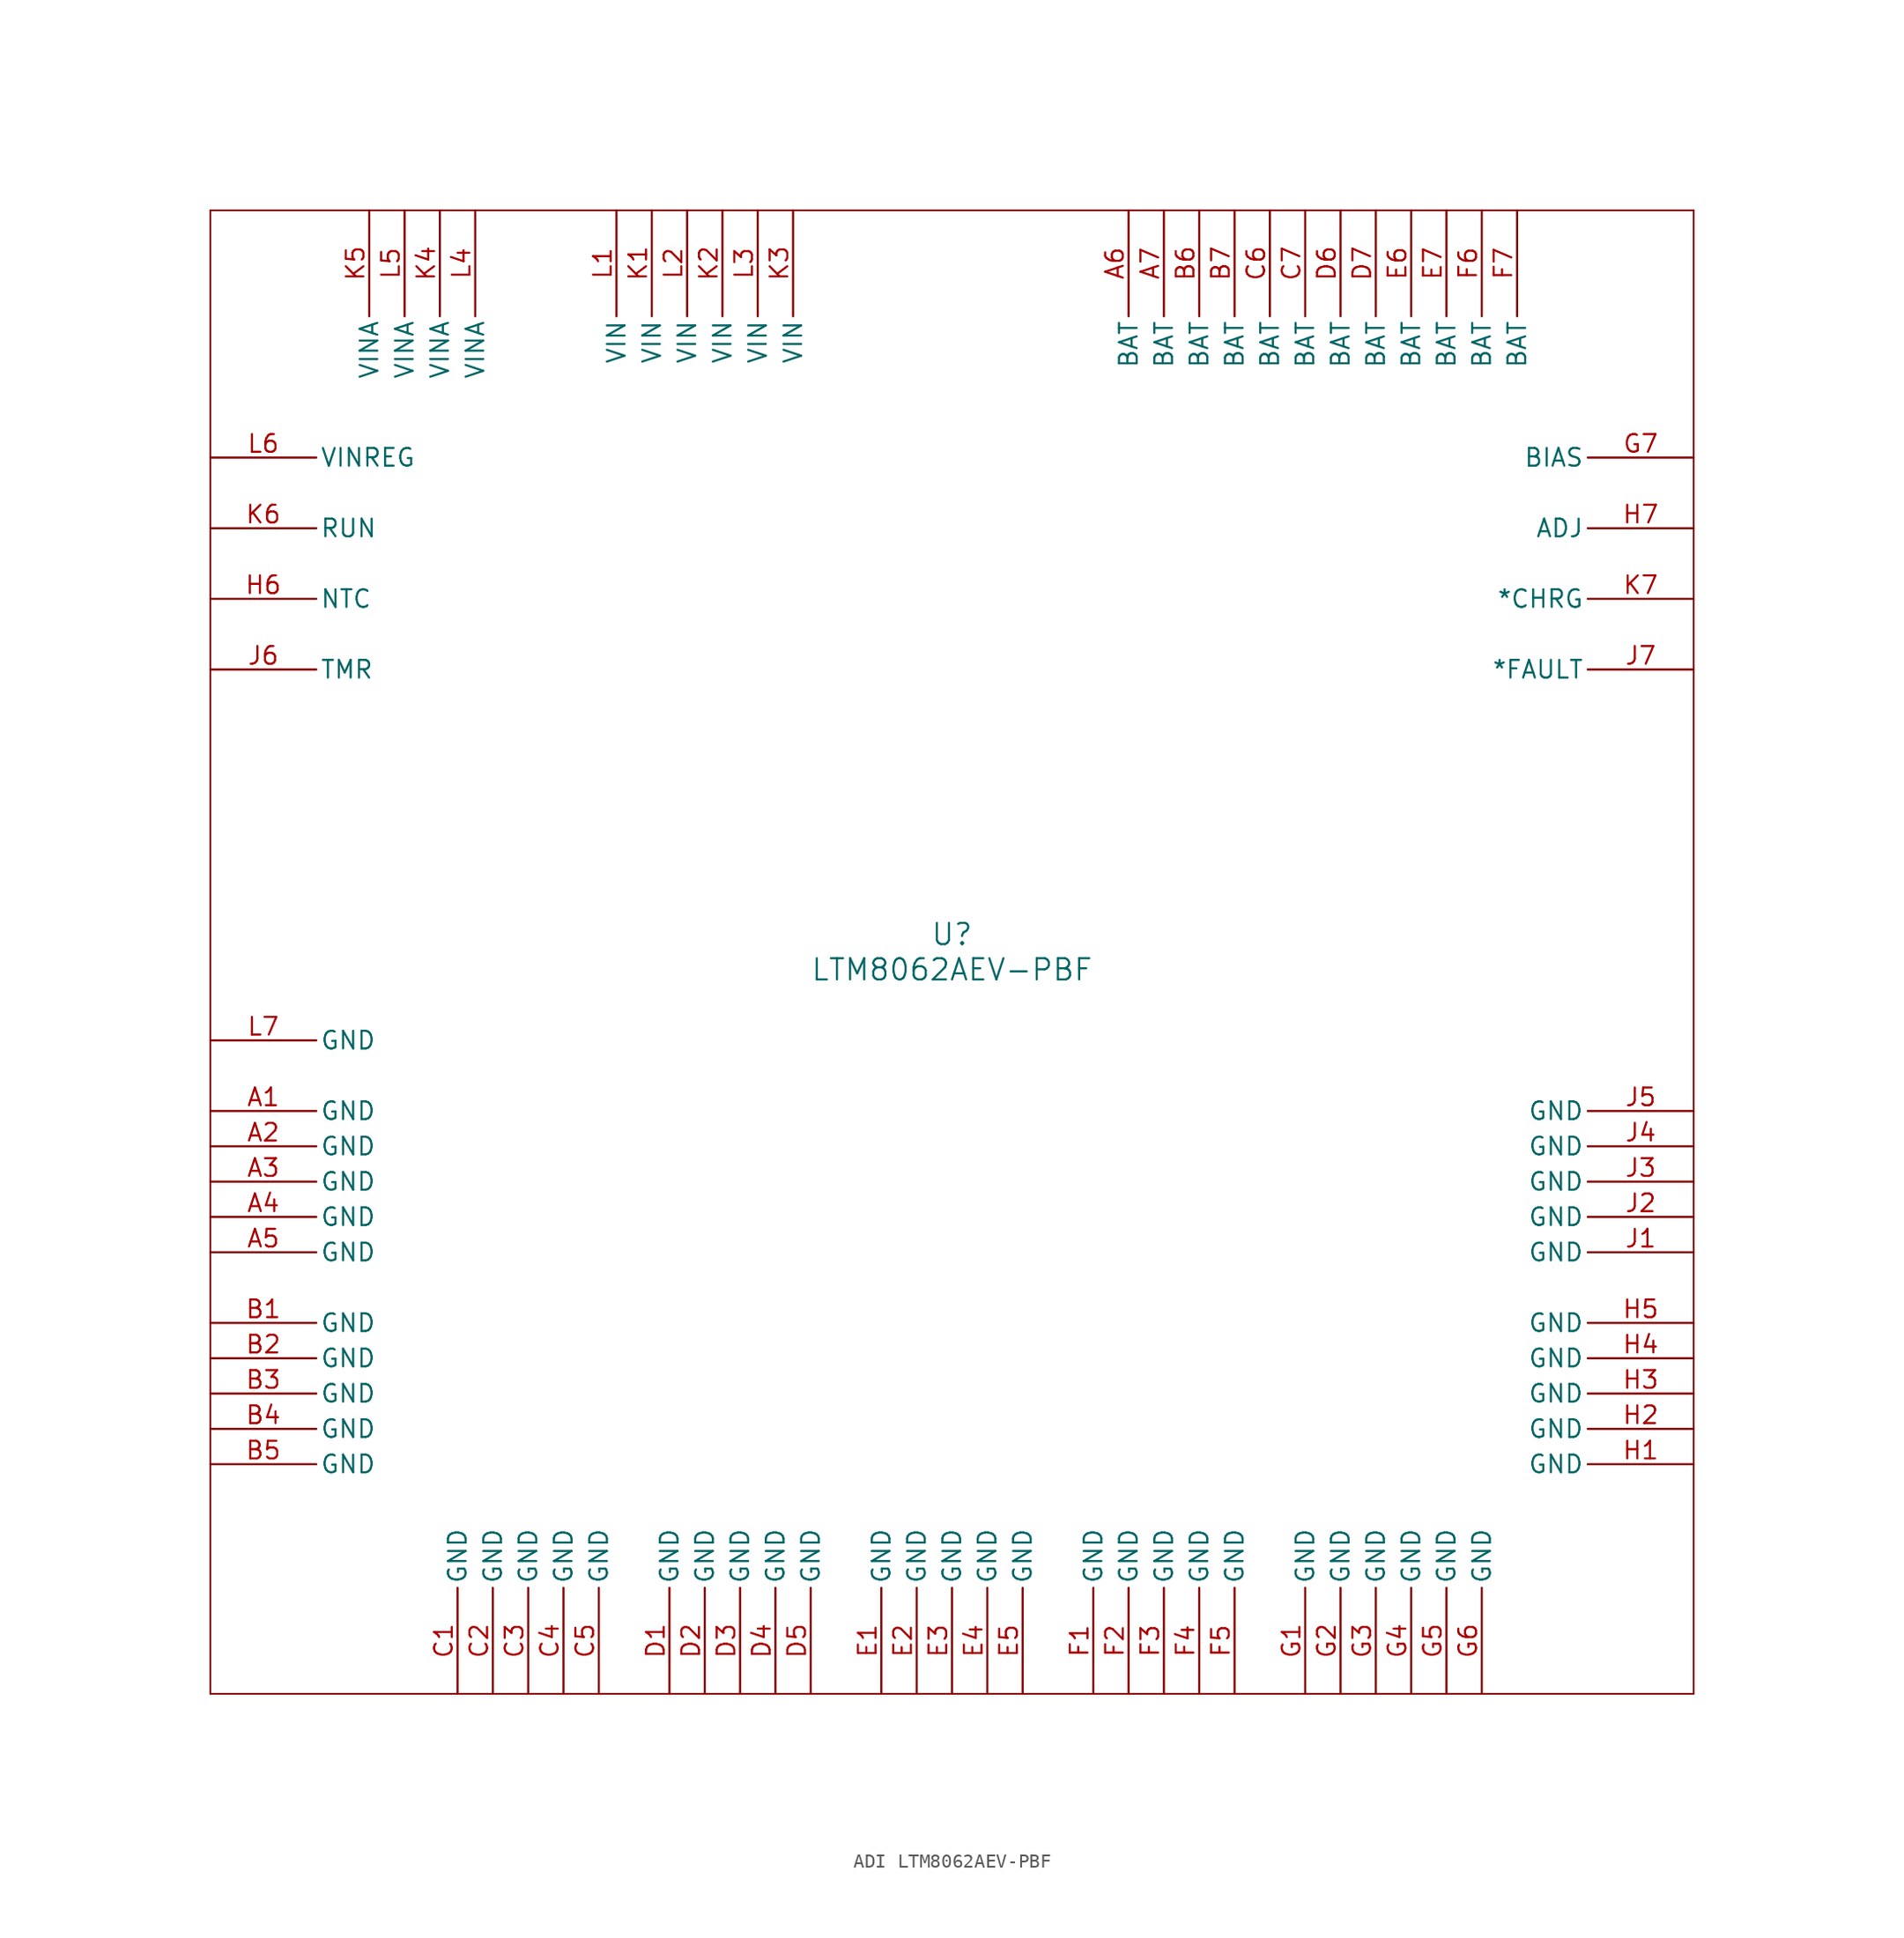
<source format=kicad_sym>
(kicad_symbol_lib
  (version 20231120)
  (generator "kicad_symbol_editor")
  (generator_version "8.0")
  (symbol "ADI LTM8062AEV-PBF"
    (pin_names
      (offset 0.254))
    (property "Reference" "U"
      (at 0 1.27 0)
      (effects (font (size 1.524 1.524))))
    (property "Value" "LTM8062AEV-PBF"
      (at 0 -1.27 0)
      (effects (font (size 1.524 1.524))))
    (symbol "ADI LTM8062AEV-PBF_0_1"
      (polyline (pts (xy -53.34 53.34) (xy -53.34 -53.34)) (stroke (width 0.127) (type default)) (fill (type none)))
      (polyline (pts (xy 53.34 -53.34) (xy -53.34 -53.34)) (stroke (width 0.127) (type default)) (fill (type none)))
      (polyline (pts (xy 53.34 -53.34) (xy 53.34 53.34)) (stroke (width 0.127) (type default)) (fill (type none)))
      (polyline (pts (xy 53.34 53.34) (xy -53.34 53.34)) (stroke (width 0.127) (type default)) (fill (type none)))
      (pin power_in line (at -53.34 -11.43 0) (length 7.62) (name "GND" (effects (font (size 1.27 1.27)))) (number "A1" (effects (font (size 1.27 1.27)))))
      (pin power_in line (at -53.34 -13.97 0) (length 7.62) (name "GND" (effects (font (size 1.27 1.27)))) (number "A2" (effects (font (size 1.27 1.27)))))
      (pin power_in line (at -53.34 -16.51 0) (length 7.62) (name "GND" (effects (font (size 1.27 1.27)))) (number "A3" (effects (font (size 1.27 1.27)))))
      (pin power_in line (at -53.34 -19.05 0) (length 7.62) (name "GND" (effects (font (size 1.27 1.27)))) (number "A4" (effects (font (size 1.27 1.27)))))
      (pin power_in line (at -53.34 -21.59 0) (length 7.62) (name "GND" (effects (font (size 1.27 1.27)))) (number "A5" (effects (font (size 1.27 1.27)))))
      (pin power_out line (at 12.7 53.34 270) (length 7.62) (name "BAT" (effects (font (size 1.27 1.27)))) (number "A6" (effects (font (size 1.27 1.27)))))
      (pin passive line (at 15.24 53.34 270) (length 7.62) (name "BAT" (effects (font (size 1.27 1.27)))) (number "A7" (effects (font (size 1.27 1.27)))))
      (pin power_in line (at -53.34 -26.67 0) (length 7.62) (name "GND" (effects (font (size 1.27 1.27)))) (number "B1" (effects (font (size 1.27 1.27)))))
      (pin power_in line (at -53.34 -29.21 0) (length 7.62) (name "GND" (effects (font (size 1.27 1.27)))) (number "B2" (effects (font (size 1.27 1.27)))))
      (pin power_in line (at -53.34 -31.75 0) (length 7.62) (name "GND" (effects (font (size 1.27 1.27)))) (number "B3" (effects (font (size 1.27 1.27)))))
      (pin power_in line (at -53.34 -34.29 0) (length 7.62) (name "GND" (effects (font (size 1.27 1.27)))) (number "B4" (effects (font (size 1.27 1.27)))))
      (pin power_in line (at -53.34 -36.83 0) (length 7.62) (name "GND" (effects (font (size 1.27 1.27)))) (number "B5" (effects (font (size 1.27 1.27)))))
      (pin passive line (at 17.78 53.34 270) (length 7.62) (name "BAT" (effects (font (size 1.27 1.27)))) (number "B6" (effects (font (size 1.27 1.27)))))
      (pin passive line (at 20.32 53.34 270) (length 7.62) (name "BAT" (effects (font (size 1.27 1.27)))) (number "B7" (effects (font (size 1.27 1.27)))))
      (pin power_in line (at -35.56 -53.34 90) (length 7.62) (name "GND" (effects (font (size 1.27 1.27)))) (number "C1" (effects (font (size 1.27 1.27)))))
      (pin power_in line (at -33.02 -53.34 90) (length 7.62) (name "GND" (effects (font (size 1.27 1.27)))) (number "C2" (effects (font (size 1.27 1.27)))))
      (pin power_in line (at -30.48 -53.34 90) (length 7.62) (name "GND" (effects (font (size 1.27 1.27)))) (number "C3" (effects (font (size 1.27 1.27)))))
      (pin power_in line (at -27.94 -53.34 90) (length 7.62) (name "GND" (effects (font (size 1.27 1.27)))) (number "C4" (effects (font (size 1.27 1.27)))))
      (pin power_in line (at -25.4 -53.34 90) (length 7.62) (name "GND" (effects (font (size 1.27 1.27)))) (number "C5" (effects (font (size 1.27 1.27)))))
      (pin passive line (at 22.86 53.34 270) (length 7.62) (name "BAT" (effects (font (size 1.27 1.27)))) (number "C6" (effects (font (size 1.27 1.27)))))
      (pin passive line (at 25.4 53.34 270) (length 7.62) (name "BAT" (effects (font (size 1.27 1.27)))) (number "C7" (effects (font (size 1.27 1.27)))))
      (pin power_in line (at -20.32 -53.34 90) (length 7.62) (name "GND" (effects (font (size 1.27 1.27)))) (number "D1" (effects (font (size 1.27 1.27)))))
      (pin power_in line (at -17.78 -53.34 90) (length 7.62) (name "GND" (effects (font (size 1.27 1.27)))) (number "D2" (effects (font (size 1.27 1.27)))))
      (pin power_in line (at -15.24 -53.34 90) (length 7.62) (name "GND" (effects (font (size 1.27 1.27)))) (number "D3" (effects (font (size 1.27 1.27)))))
      (pin power_in line (at -12.7 -53.34 90) (length 7.62) (name "GND" (effects (font (size 1.27 1.27)))) (number "D4" (effects (font (size 1.27 1.27)))))
      (pin power_in line (at -10.16 -53.34 90) (length 7.62) (name "GND" (effects (font (size 1.27 1.27)))) (number "D5" (effects (font (size 1.27 1.27)))))
      (pin passive line (at 27.94 53.34 270) (length 7.62) (name "BAT" (effects (font (size 1.27 1.27)))) (number "D6" (effects (font (size 1.27 1.27)))))
      (pin passive line (at 30.48 53.34 270) (length 7.62) (name "BAT" (effects (font (size 1.27 1.27)))) (number "D7" (effects (font (size 1.27 1.27)))))
      (pin power_in line (at -5.08 -53.34 90) (length 7.62) (name "GND" (effects (font (size 1.27 1.27)))) (number "E1" (effects (font (size 1.27 1.27)))))
      (pin power_in line (at -2.54 -53.34 90) (length 7.62) (name "GND" (effects (font (size 1.27 1.27)))) (number "E2" (effects (font (size 1.27 1.27)))))
      (pin power_in line (at 0 -53.34 90) (length 7.62) (name "GND" (effects (font (size 1.27 1.27)))) (number "E3" (effects (font (size 1.27 1.27)))))
      (pin power_in line (at 2.54 -53.34 90) (length 7.62) (name "GND" (effects (font (size 1.27 1.27)))) (number "E4" (effects (font (size 1.27 1.27)))))
      (pin power_in line (at 5.08 -53.34 90) (length 7.62) (name "GND" (effects (font (size 1.27 1.27)))) (number "E5" (effects (font (size 1.27 1.27)))))
      (pin passive line (at 33.02 53.34 270) (length 7.62) (name "BAT" (effects (font (size 1.27 1.27)))) (number "E6" (effects (font (size 1.27 1.27)))))
      (pin passive line (at 35.56 53.34 270) (length 7.62) (name "BAT" (effects (font (size 1.27 1.27)))) (number "E7" (effects (font (size 1.27 1.27)))))
      (pin power_in line (at 10.16 -53.34 90) (length 7.62) (name "GND" (effects (font (size 1.27 1.27)))) (number "F1" (effects (font (size 1.27 1.27)))))
      (pin power_in line (at 12.7 -53.34 90) (length 7.62) (name "GND" (effects (font (size 1.27 1.27)))) (number "F2" (effects (font (size 1.27 1.27)))))
      (pin power_in line (at 15.24 -53.34 90) (length 7.62) (name "GND" (effects (font (size 1.27 1.27)))) (number "F3" (effects (font (size 1.27 1.27)))))
      (pin power_in line (at 17.78 -53.34 90) (length 7.62) (name "GND" (effects (font (size 1.27 1.27)))) (number "F4" (effects (font (size 1.27 1.27)))))
      (pin power_in line (at 20.32 -53.34 90) (length 7.62) (name "GND" (effects (font (size 1.27 1.27)))) (number "F5" (effects (font (size 1.27 1.27)))))
      (pin passive line (at 38.1 53.34 270) (length 7.62) (name "BAT" (effects (font (size 1.27 1.27)))) (number "F6" (effects (font (size 1.27 1.27)))))
      (pin passive line (at 40.64 53.34 270) (length 7.62) (name "BAT" (effects (font (size 1.27 1.27)))) (number "F7" (effects (font (size 1.27 1.27)))))
      (pin power_in line (at 25.4 -53.34 90) (length 7.62) (name "GND" (effects (font (size 1.27 1.27)))) (number "G1" (effects (font (size 1.27 1.27)))))
      (pin power_in line (at 27.94 -53.34 90) (length 7.62) (name "GND" (effects (font (size 1.27 1.27)))) (number "G2" (effects (font (size 1.27 1.27)))))
      (pin power_in line (at 30.48 -53.34 90) (length 7.62) (name "GND" (effects (font (size 1.27 1.27)))) (number "G3" (effects (font (size 1.27 1.27)))))
      (pin power_in line (at 33.02 -53.34 90) (length 7.62) (name "GND" (effects (font (size 1.27 1.27)))) (number "G4" (effects (font (size 1.27 1.27)))))
      (pin power_in line (at 35.56 -53.34 90) (length 7.62) (name "GND" (effects (font (size 1.27 1.27)))) (number "G5" (effects (font (size 1.27 1.27)))))
      (pin power_in line (at 38.1 -53.34 90) (length 7.62) (name "GND" (effects (font (size 1.27 1.27)))) (number "G6" (effects (font (size 1.27 1.27)))))
      (pin input line (at 53.34 35.56 180) (length 7.62) (name "BIAS" (effects (font (size 1.27 1.27)))) (number "G7" (effects (font (size 1.27 1.27)))))
      (pin power_in line (at 53.34 -36.83 180) (length 7.62) (name "GND" (effects (font (size 1.27 1.27)))) (number "H1" (effects (font (size 1.27 1.27)))))
      (pin power_in line (at 53.34 -34.29 180) (length 7.62) (name "GND" (effects (font (size 1.27 1.27)))) (number "H2" (effects (font (size 1.27 1.27)))))
      (pin power_in line (at 53.34 -31.75 180) (length 7.62) (name "GND" (effects (font (size 1.27 1.27)))) (number "H3" (effects (font (size 1.27 1.27)))))
      (pin power_in line (at 53.34 -29.21 180) (length 7.62) (name "GND" (effects (font (size 1.27 1.27)))) (number "H4" (effects (font (size 1.27 1.27)))))
      (pin power_in line (at 53.34 -26.67 180) (length 7.62) (name "GND" (effects (font (size 1.27 1.27)))) (number "H5" (effects (font (size 1.27 1.27)))))
      (pin input line (at -53.34 25.4 0) (length 7.62) (name "NTC" (effects (font (size 1.27 1.27)))) (number "H6" (effects (font (size 1.27 1.27)))))
      (pin input line (at 53.34 30.48 180) (length 7.62) (name "ADJ" (effects (font (size 1.27 1.27)))) (number "H7" (effects (font (size 1.27 1.27)))))
      (pin power_in line (at 53.34 -21.59 180) (length 7.62) (name "GND" (effects (font (size 1.27 1.27)))) (number "J1" (effects (font (size 1.27 1.27)))))
      (pin power_in line (at 53.34 -19.05 180) (length 7.62) (name "GND" (effects (font (size 1.27 1.27)))) (number "J2" (effects (font (size 1.27 1.27)))))
      (pin power_in line (at 53.34 -16.51 180) (length 7.62) (name "GND" (effects (font (size 1.27 1.27)))) (number "J3" (effects (font (size 1.27 1.27)))))
      (pin power_in line (at 53.34 -13.97 180) (length 7.62) (name "GND" (effects (font (size 1.27 1.27)))) (number "J4" (effects (font (size 1.27 1.27)))))
      (pin power_in line (at 53.34 -11.43 180) (length 7.62) (name "GND" (effects (font (size 1.27 1.27)))) (number "J5" (effects (font (size 1.27 1.27)))))
      (pin input line (at -53.34 20.32 0) (length 7.62) (name "TMR" (effects (font (size 1.27 1.27)))) (number "J6" (effects (font (size 1.27 1.27)))))
      (pin output line (at 53.34 20.32 180) (length 7.62) (name "*FAULT" (effects (font (size 1.27 1.27)))) (number "J7" (effects (font (size 1.27 1.27)))))
      (pin power_in line (at -21.59 53.34 270) (length 7.62) (name "VIN" (effects (font (size 1.27 1.27)))) (number "K1" (effects (font (size 1.27 1.27)))))
      (pin power_in line (at -16.51 53.34 270) (length 7.62) (name "VIN" (effects (font (size 1.27 1.27)))) (number "K2" (effects (font (size 1.27 1.27)))))
      (pin power_in line (at -11.43 53.34 270) (length 7.62) (name "VIN" (effects (font (size 1.27 1.27)))) (number "K3" (effects (font (size 1.27 1.27)))))
      (pin power_in line (at -36.83 53.34 270) (length 7.62) (name "VINA" (effects (font (size 1.27 1.27)))) (number "K4" (effects (font (size 1.27 1.27)))))
      (pin power_in line (at -41.91 53.34 270) (length 7.62) (name "VINA" (effects (font (size 1.27 1.27)))) (number "K5" (effects (font (size 1.27 1.27)))))
      (pin input line (at -53.34 30.48 0) (length 7.62) (name "RUN" (effects (font (size 1.27 1.27)))) (number "K6" (effects (font (size 1.27 1.27)))))
      (pin output line (at 53.34 25.4 180) (length 7.62) (name "*CHRG" (effects (font (size 1.27 1.27)))) (number "K7" (effects (font (size 1.27 1.27)))))
      (pin power_in line (at -24.13 53.34 270) (length 7.62) (name "VIN" (effects (font (size 1.27 1.27)))) (number "L1" (effects (font (size 1.27 1.27)))))
      (pin power_in line (at -19.05 53.34 270) (length 7.62) (name "VIN" (effects (font (size 1.27 1.27)))) (number "L2" (effects (font (size 1.27 1.27)))))
      (pin power_in line (at -13.97 53.34 270) (length 7.62) (name "VIN" (effects (font (size 1.27 1.27)))) (number "L3" (effects (font (size 1.27 1.27)))))
      (pin power_in line (at -34.29 53.34 270) (length 7.62) (name "VINA" (effects (font (size 1.27 1.27)))) (number "L4" (effects (font (size 1.27 1.27)))))
      (pin power_in line (at -39.37 53.34 270) (length 7.62) (name "VINA" (effects (font (size 1.27 1.27)))) (number "L5" (effects (font (size 1.27 1.27)))))
      (pin power_in line (at -53.34 35.56 0) (length 7.62) (name "VINREG" (effects (font (size 1.27 1.27)))) (number "L6" (effects (font (size 1.27 1.27)))))
      (pin power_in line (at -53.34 -6.35 0) (length 7.62) (name "GND" (effects (font (size 1.27 1.27)))) (number "L7" (effects (font (size 1.27 1.27))))))))
</source>
